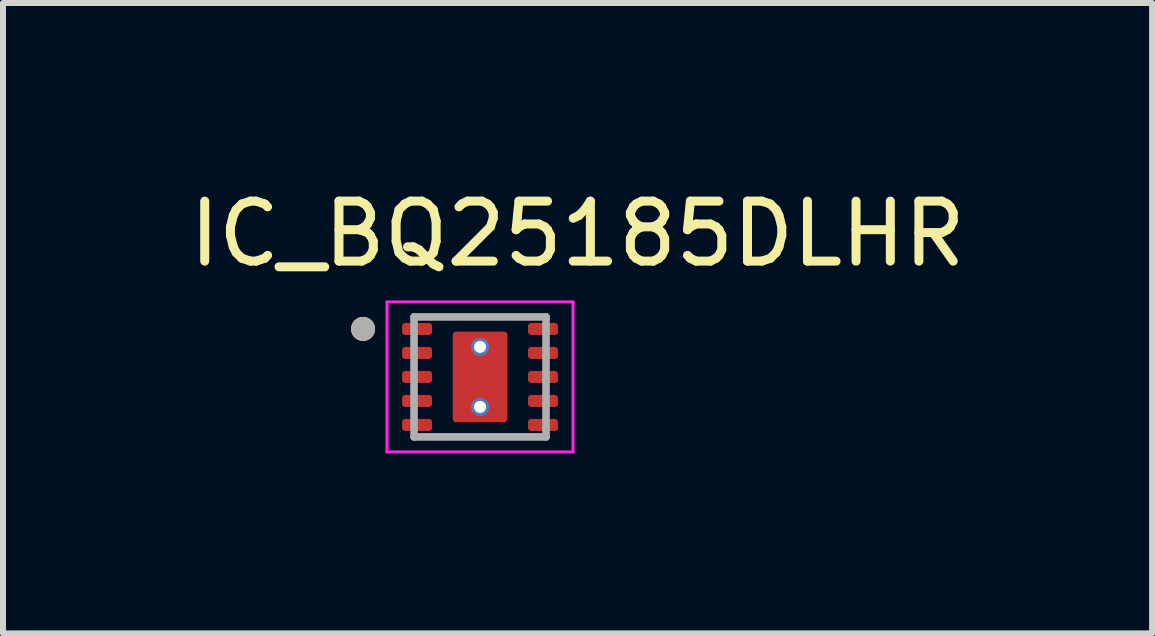
<source format=kicad_pcb>
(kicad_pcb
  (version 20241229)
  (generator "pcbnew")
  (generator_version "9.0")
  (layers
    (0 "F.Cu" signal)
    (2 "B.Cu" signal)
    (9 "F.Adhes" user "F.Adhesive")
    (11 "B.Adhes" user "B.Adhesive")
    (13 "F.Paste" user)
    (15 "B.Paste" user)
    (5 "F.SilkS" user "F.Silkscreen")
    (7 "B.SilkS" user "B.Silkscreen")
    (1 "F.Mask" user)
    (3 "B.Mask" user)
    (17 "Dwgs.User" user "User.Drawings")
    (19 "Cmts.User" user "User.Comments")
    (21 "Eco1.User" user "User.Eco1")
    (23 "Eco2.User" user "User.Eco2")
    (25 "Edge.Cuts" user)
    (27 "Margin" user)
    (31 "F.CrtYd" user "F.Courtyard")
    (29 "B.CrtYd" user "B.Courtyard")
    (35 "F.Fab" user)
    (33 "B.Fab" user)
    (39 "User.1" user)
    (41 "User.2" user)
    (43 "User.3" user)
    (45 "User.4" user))
  (footprint "IC_BQ25185DLHR"
    (layer "F.Cu")
    (at 4.952 3.233)
    (property "Reference" "IC_BQ25185DLHR" (at 1.625 -2.385 0) (layer "F.SilkS") (effects (font (size 1 1) (thickness 0.15))))
    (attr smd)
    (fp_poly (pts (xy -1.35 -0.7) (xy -1.35 -0.9) (xy -1.35 -0.903) (xy -1.35 -0.905) (xy -1.349 -0.908) (xy -1.349 -0.91) (xy -1.348 -0.913) (xy -1.348 -0.915) (xy -1.347 -0.918) (xy -1.346 -0.92) (xy -1.345 -0.923) (xy -1.343 -0.925) (xy -1.342 -0.927) (xy -1.34 -0.929) (xy -1.339 -0.931) (xy -1.337 -0.933) (xy -1.335 -0.935) (xy -1.333 -0.937) (xy -1.331 -0.939) (xy -1.329 -0.94) (xy -1.327 -0.942) (xy -1.325 -0.943) (xy -1.323 -0.945) (xy -1.32 -0.946) (xy -1.318 -0.947) (xy -1.315 -0.948) (xy -1.313 -0.948) (xy -1.31 -0.949) (xy -1.308 -0.949) (xy -1.305 -0.95) (xy -1.303 -0.95) (xy -1.3 -0.95) (xy -0.8 -0.95) (xy -0.797 -0.95) (xy -0.795 -0.95) (xy -0.792 -0.949) (xy -0.79 -0.949) (xy -0.787 -0.948) (xy -0.785 -0.948) (xy -0.782 -0.947) (xy -0.78 -0.946) (xy -0.777 -0.945) (xy -0.775 -0.943) (xy -0.773 -0.942) (xy -0.771 -0.94) (xy -0.769 -0.939) (xy -0.767 -0.937) (xy -0.765 -0.935) (xy -0.763 -0.933) (xy -0.761 -0.931) (xy -0.76 -0.929) (xy -0.758 -0.927) (xy -0.757 -0.925) (xy -0.755 -0.923) (xy -0.754 -0.92) (xy -0.753 -0.918) (xy -0.752 -0.915) (xy -0.752 -0.913) (xy -0.751 -0.91) (xy -0.751 -0.908) (xy -0.75 -0.905) (xy -0.75 -0.903) (xy -0.75 -0.9) (xy -0.75 -0.7) (xy -0.75 -0.697) (xy -0.75 -0.695) (xy -0.751 -0.692) (xy -0.751 -0.69) (xy -0.752 -0.687) (xy -0.752 -0.685) (xy -0.753 -0.682) (xy -0.754 -0.68) (xy -0.755 -0.677) (xy -0.757 -0.675) (xy -0.758 -0.673) (xy -0.76 -0.671) (xy -0.761 -0.669) (xy -0.763 -0.667) (xy -0.765 -0.665) (xy -0.767 -0.663) (xy -0.769 -0.661) (xy -0.771 -0.66) (xy -0.773 -0.658) (xy -0.775 -0.657) (xy -0.777 -0.655) (xy -0.78 -0.654) (xy -0.782 -0.653) (xy -0.785 -0.652) (xy -0.787 -0.652) (xy -0.79 -0.651) (xy -0.792 -0.651) (xy -0.795 -0.65) (xy -0.797 -0.65) (xy -0.8 -0.65) (xy -1.3 -0.65) (xy -1.303 -0.65) (xy -1.305 -0.65) (xy -1.308 -0.651) (xy -1.31 -0.651) (xy -1.313 -0.652) (xy -1.315 -0.652) (xy -1.318 -0.653) (xy -1.32 -0.654) (xy -1.323 -0.655) (xy -1.325 -0.657) (xy -1.327 -0.658) (xy -1.329 -0.66) (xy -1.331 -0.661) (xy -1.333 -0.663) (xy -1.335 -0.665) (xy -1.337 -0.667) (xy -1.339 -0.669) (xy -1.34 -0.671) (xy -1.342 -0.673) (xy -1.343 -0.675) (xy -1.345 -0.677) (xy -1.346 -0.68) (xy -1.347 -0.682) (xy -1.348 -0.685) (xy -1.348 -0.687) (xy -1.349 -0.69) (xy -1.349 -0.692) (xy -1.35 -0.695) (xy -1.35 -0.697) (xy -1.35 -0.7)) (stroke (width 0.01) (type solid)) (fill yes) (layer "F.Mask"))
    (fp_poly (pts (xy -1.35 -0.3) (xy -1.35 -0.5) (xy -1.35 -0.503) (xy -1.35 -0.505) (xy -1.349 -0.508) (xy -1.349 -0.51) (xy -1.348 -0.513) (xy -1.348 -0.515) (xy -1.347 -0.518) (xy -1.346 -0.52) (xy -1.345 -0.523) (xy -1.343 -0.525) (xy -1.342 -0.527) (xy -1.34 -0.529) (xy -1.339 -0.531) (xy -1.337 -0.533) (xy -1.335 -0.535) (xy -1.333 -0.537) (xy -1.331 -0.539) (xy -1.329 -0.54) (xy -1.327 -0.542) (xy -1.325 -0.543) (xy -1.323 -0.545) (xy -1.32 -0.546) (xy -1.318 -0.547) (xy -1.315 -0.548) (xy -1.313 -0.548) (xy -1.31 -0.549) (xy -1.308 -0.549) (xy -1.305 -0.55) (xy -1.303 -0.55) (xy -1.3 -0.55) (xy -0.8 -0.55) (xy -0.797 -0.55) (xy -0.795 -0.55) (xy -0.792 -0.549) (xy -0.79 -0.549) (xy -0.787 -0.548) (xy -0.785 -0.548) (xy -0.782 -0.547) (xy -0.78 -0.546) (xy -0.777 -0.545) (xy -0.775 -0.543) (xy -0.773 -0.542) (xy -0.771 -0.54) (xy -0.769 -0.539) (xy -0.767 -0.537) (xy -0.765 -0.535) (xy -0.763 -0.533) (xy -0.761 -0.531) (xy -0.76 -0.529) (xy -0.758 -0.527) (xy -0.757 -0.525) (xy -0.755 -0.523) (xy -0.754 -0.52) (xy -0.753 -0.518) (xy -0.752 -0.515) (xy -0.752 -0.513) (xy -0.751 -0.51) (xy -0.751 -0.508) (xy -0.75 -0.505) (xy -0.75 -0.503) (xy -0.75 -0.5) (xy -0.75 -0.3) (xy -0.75 -0.297) (xy -0.75 -0.295) (xy -0.751 -0.292) (xy -0.751 -0.29) (xy -0.752 -0.287) (xy -0.752 -0.285) (xy -0.753 -0.282) (xy -0.754 -0.28) (xy -0.755 -0.277) (xy -0.757 -0.275) (xy -0.758 -0.273) (xy -0.76 -0.271) (xy -0.761 -0.269) (xy -0.763 -0.267) (xy -0.765 -0.265) (xy -0.767 -0.263) (xy -0.769 -0.261) (xy -0.771 -0.26) (xy -0.773 -0.258) (xy -0.775 -0.257) (xy -0.777 -0.255) (xy -0.78 -0.254) (xy -0.782 -0.253) (xy -0.785 -0.252) (xy -0.787 -0.252) (xy -0.79 -0.251) (xy -0.792 -0.251) (xy -0.795 -0.25) (xy -0.797 -0.25) (xy -0.8 -0.25) (xy -1.3 -0.25) (xy -1.303 -0.25) (xy -1.305 -0.25) (xy -1.308 -0.251) (xy -1.31 -0.251) (xy -1.313 -0.252) (xy -1.315 -0.252) (xy -1.318 -0.253) (xy -1.32 -0.254) (xy -1.323 -0.255) (xy -1.325 -0.257) (xy -1.327 -0.258) (xy -1.329 -0.26) (xy -1.331 -0.261) (xy -1.333 -0.263) (xy -1.335 -0.265) (xy -1.337 -0.267) (xy -1.339 -0.269) (xy -1.34 -0.271) (xy -1.342 -0.273) (xy -1.343 -0.275) (xy -1.345 -0.277) (xy -1.346 -0.28) (xy -1.347 -0.282) (xy -1.348 -0.285) (xy -1.348 -0.287) (xy -1.349 -0.29) (xy -1.349 -0.292) (xy -1.35 -0.295) (xy -1.35 -0.297) (xy -1.35 -0.3)) (stroke (width 0.01) (type solid)) (fill yes) (layer "F.Mask"))
    (fp_poly (pts (xy -1.35 0.1) (xy -1.35 -0.1) (xy -1.35 -0.103) (xy -1.35 -0.105) (xy -1.349 -0.108) (xy -1.349 -0.11) (xy -1.348 -0.113) (xy -1.348 -0.115) (xy -1.347 -0.118) (xy -1.346 -0.12) (xy -1.345 -0.123) (xy -1.343 -0.125) (xy -1.342 -0.127) (xy -1.34 -0.129) (xy -1.339 -0.131) (xy -1.337 -0.133) (xy -1.335 -0.135) (xy -1.333 -0.137) (xy -1.331 -0.139) (xy -1.329 -0.14) (xy -1.327 -0.142) (xy -1.325 -0.143) (xy -1.323 -0.145) (xy -1.32 -0.146) (xy -1.318 -0.147) (xy -1.315 -0.148) (xy -1.313 -0.148) (xy -1.31 -0.149) (xy -1.308 -0.149) (xy -1.305 -0.15) (xy -1.303 -0.15) (xy -1.3 -0.15) (xy -0.8 -0.15) (xy -0.797 -0.15) (xy -0.795 -0.15) (xy -0.792 -0.149) (xy -0.79 -0.149) (xy -0.787 -0.148) (xy -0.785 -0.148) (xy -0.782 -0.147) (xy -0.78 -0.146) (xy -0.777 -0.145) (xy -0.775 -0.143) (xy -0.773 -0.142) (xy -0.771 -0.14) (xy -0.769 -0.139) (xy -0.767 -0.137) (xy -0.765 -0.135) (xy -0.763 -0.133) (xy -0.761 -0.131) (xy -0.76 -0.129) (xy -0.758 -0.127) (xy -0.757 -0.125) (xy -0.755 -0.123) (xy -0.754 -0.12) (xy -0.753 -0.118) (xy -0.752 -0.115) (xy -0.752 -0.113) (xy -0.751 -0.11) (xy -0.751 -0.108) (xy -0.75 -0.105) (xy -0.75 -0.103) (xy -0.75 -0.1) (xy -0.75 0.1) (xy -0.75 0.103) (xy -0.75 0.105) (xy -0.751 0.108) (xy -0.751 0.11) (xy -0.752 0.113) (xy -0.752 0.115) (xy -0.753 0.118) (xy -0.754 0.12) (xy -0.755 0.123) (xy -0.757 0.125) (xy -0.758 0.127) (xy -0.76 0.129) (xy -0.761 0.131) (xy -0.763 0.133) (xy -0.765 0.135) (xy -0.767 0.137) (xy -0.769 0.139) (xy -0.771 0.14) (xy -0.773 0.142) (xy -0.775 0.143) (xy -0.777 0.145) (xy -0.78 0.146) (xy -0.782 0.147) (xy -0.785 0.148) (xy -0.787 0.148) (xy -0.79 0.149) (xy -0.792 0.149) (xy -0.795 0.15) (xy -0.797 0.15) (xy -0.8 0.15) (xy -1.3 0.15) (xy -1.303 0.15) (xy -1.305 0.15) (xy -1.308 0.149) (xy -1.31 0.149) (xy -1.313 0.148) (xy -1.315 0.148) (xy -1.318 0.147) (xy -1.32 0.146) (xy -1.323 0.145) (xy -1.325 0.143) (xy -1.327 0.142) (xy -1.329 0.14) (xy -1.331 0.139) (xy -1.333 0.137) (xy -1.335 0.135) (xy -1.337 0.133) (xy -1.339 0.131) (xy -1.34 0.129) (xy -1.342 0.127) (xy -1.343 0.125) (xy -1.345 0.123) (xy -1.346 0.12) (xy -1.347 0.118) (xy -1.348 0.115) (xy -1.348 0.113) (xy -1.349 0.11) (xy -1.349 0.108) (xy -1.35 0.105) (xy -1.35 0.103) (xy -1.35 0.1)) (stroke (width 0.01) (type solid)) (fill yes) (layer "F.Mask"))
    (fp_poly (pts (xy -1.35 0.5) (xy -1.35 0.3) (xy -1.35 0.297) (xy -1.35 0.295) (xy -1.349 0.292) (xy -1.349 0.29) (xy -1.348 0.287) (xy -1.348 0.285) (xy -1.347 0.282) (xy -1.346 0.28) (xy -1.345 0.277) (xy -1.343 0.275) (xy -1.342 0.273) (xy -1.34 0.271) (xy -1.339 0.269) (xy -1.337 0.267) (xy -1.335 0.265) (xy -1.333 0.263) (xy -1.331 0.261) (xy -1.329 0.26) (xy -1.327 0.258) (xy -1.325 0.257) (xy -1.323 0.255) (xy -1.32 0.254) (xy -1.318 0.253) (xy -1.315 0.252) (xy -1.313 0.252) (xy -1.31 0.251) (xy -1.308 0.251) (xy -1.305 0.25) (xy -1.303 0.25) (xy -1.3 0.25) (xy -0.8 0.25) (xy -0.797 0.25) (xy -0.795 0.25) (xy -0.792 0.251) (xy -0.79 0.251) (xy -0.787 0.252) (xy -0.785 0.252) (xy -0.782 0.253) (xy -0.78 0.254) (xy -0.777 0.255) (xy -0.775 0.257) (xy -0.773 0.258) (xy -0.771 0.26) (xy -0.769 0.261) (xy -0.767 0.263) (xy -0.765 0.265) (xy -0.763 0.267) (xy -0.761 0.269) (xy -0.76 0.271) (xy -0.758 0.273) (xy -0.757 0.275) (xy -0.755 0.277) (xy -0.754 0.28) (xy -0.753 0.282) (xy -0.752 0.285) (xy -0.752 0.287) (xy -0.751 0.29) (xy -0.751 0.292) (xy -0.75 0.295) (xy -0.75 0.297) (xy -0.75 0.3) (xy -0.75 0.5) (xy -0.75 0.503) (xy -0.75 0.505) (xy -0.751 0.508) (xy -0.751 0.51) (xy -0.752 0.513) (xy -0.752 0.515) (xy -0.753 0.518) (xy -0.754 0.52) (xy -0.755 0.523) (xy -0.757 0.525) (xy -0.758 0.527) (xy -0.76 0.529) (xy -0.761 0.531) (xy -0.763 0.533) (xy -0.765 0.535) (xy -0.767 0.537) (xy -0.769 0.539) (xy -0.771 0.54) (xy -0.773 0.542) (xy -0.775 0.543) (xy -0.777 0.545) (xy -0.78 0.546) (xy -0.782 0.547) (xy -0.785 0.548) (xy -0.787 0.548) (xy -0.79 0.549) (xy -0.792 0.549) (xy -0.795 0.55) (xy -0.797 0.55) (xy -0.8 0.55) (xy -1.3 0.55) (xy -1.303 0.55) (xy -1.305 0.55) (xy -1.308 0.549) (xy -1.31 0.549) (xy -1.313 0.548) (xy -1.315 0.548) (xy -1.318 0.547) (xy -1.32 0.546) (xy -1.323 0.545) (xy -1.325 0.543) (xy -1.327 0.542) (xy -1.329 0.54) (xy -1.331 0.539) (xy -1.333 0.537) (xy -1.335 0.535) (xy -1.337 0.533) (xy -1.339 0.531) (xy -1.34 0.529) (xy -1.342 0.527) (xy -1.343 0.525) (xy -1.345 0.523) (xy -1.346 0.52) (xy -1.347 0.518) (xy -1.348 0.515) (xy -1.348 0.513) (xy -1.349 0.51) (xy -1.349 0.508) (xy -1.35 0.505) (xy -1.35 0.503) (xy -1.35 0.5)) (stroke (width 0.01) (type solid)) (fill yes) (layer "F.Mask"))
    (fp_poly (pts (xy -1.35 0.9) (xy -1.35 0.7) (xy -1.35 0.697) (xy -1.35 0.695) (xy -1.349 0.692) (xy -1.349 0.69) (xy -1.348 0.687) (xy -1.348 0.685) (xy -1.347 0.682) (xy -1.346 0.68) (xy -1.345 0.677) (xy -1.343 0.675) (xy -1.342 0.673) (xy -1.34 0.671) (xy -1.339 0.669) (xy -1.337 0.667) (xy -1.335 0.665) (xy -1.333 0.663) (xy -1.331 0.661) (xy -1.329 0.66) (xy -1.327 0.658) (xy -1.325 0.657) (xy -1.323 0.655) (xy -1.32 0.654) (xy -1.318 0.653) (xy -1.315 0.652) (xy -1.313 0.652) (xy -1.31 0.651) (xy -1.308 0.651) (xy -1.305 0.65) (xy -1.303 0.65) (xy -1.3 0.65) (xy -0.8 0.65) (xy -0.797 0.65) (xy -0.795 0.65) (xy -0.792 0.651) (xy -0.79 0.651) (xy -0.787 0.652) (xy -0.785 0.652) (xy -0.782 0.653) (xy -0.78 0.654) (xy -0.777 0.655) (xy -0.775 0.657) (xy -0.773 0.658) (xy -0.771 0.66) (xy -0.769 0.661) (xy -0.767 0.663) (xy -0.765 0.665) (xy -0.763 0.667) (xy -0.761 0.669) (xy -0.76 0.671) (xy -0.758 0.673) (xy -0.757 0.675) (xy -0.755 0.677) (xy -0.754 0.68) (xy -0.753 0.682) (xy -0.752 0.685) (xy -0.752 0.687) (xy -0.751 0.69) (xy -0.751 0.692) (xy -0.75 0.695) (xy -0.75 0.697) (xy -0.75 0.7) (xy -0.75 0.9) (xy -0.75 0.903) (xy -0.75 0.905) (xy -0.751 0.908) (xy -0.751 0.91) (xy -0.752 0.913) (xy -0.752 0.915) (xy -0.753 0.918) (xy -0.754 0.92) (xy -0.755 0.923) (xy -0.757 0.925) (xy -0.758 0.927) (xy -0.76 0.929) (xy -0.761 0.931) (xy -0.763 0.933) (xy -0.765 0.935) (xy -0.767 0.937) (xy -0.769 0.939) (xy -0.771 0.94) (xy -0.773 0.942) (xy -0.775 0.943) (xy -0.777 0.945) (xy -0.78 0.946) (xy -0.782 0.947) (xy -0.785 0.948) (xy -0.787 0.948) (xy -0.79 0.949) (xy -0.792 0.949) (xy -0.795 0.95) (xy -0.797 0.95) (xy -0.8 0.95) (xy -1.3 0.95) (xy -1.303 0.95) (xy -1.305 0.95) (xy -1.308 0.949) (xy -1.31 0.949) (xy -1.313 0.948) (xy -1.315 0.948) (xy -1.318 0.947) (xy -1.32 0.946) (xy -1.323 0.945) (xy -1.325 0.943) (xy -1.327 0.942) (xy -1.329 0.94) (xy -1.331 0.939) (xy -1.333 0.937) (xy -1.335 0.935) (xy -1.337 0.933) (xy -1.339 0.931) (xy -1.34 0.929) (xy -1.342 0.927) (xy -1.343 0.925) (xy -1.345 0.923) (xy -1.346 0.92) (xy -1.347 0.918) (xy -1.348 0.915) (xy -1.348 0.913) (xy -1.349 0.91) (xy -1.349 0.908) (xy -1.35 0.905) (xy -1.35 0.903) (xy -1.35 0.9)) (stroke (width 0.01) (type solid)) (fill yes) (layer "F.Mask"))
    (fp_poly (pts (xy -0.5 0.7) (xy -0.5 -0.7) (xy -0.5 -0.705) (xy -0.499 -0.71) (xy -0.499 -0.716) (xy -0.498 -0.721) (xy -0.497 -0.726) (xy -0.495 -0.731) (xy -0.493 -0.736) (xy -0.491 -0.741) (xy -0.489 -0.745) (xy -0.487 -0.75) (xy -0.484 -0.754) (xy -0.481 -0.759) (xy -0.478 -0.763) (xy -0.474 -0.767) (xy -0.471 -0.771) (xy -0.467 -0.774) (xy -0.463 -0.778) (xy -0.459 -0.781) (xy -0.454 -0.784) (xy -0.45 -0.787) (xy -0.445 -0.789) (xy -0.441 -0.791) (xy -0.436 -0.793) (xy -0.431 -0.795) (xy -0.426 -0.797) (xy -0.421 -0.798) (xy -0.416 -0.799) (xy -0.41 -0.799) (xy -0.405 -0.8) (xy -0.4 -0.8) (xy 0.4 -0.8) (xy 0.405 -0.8) (xy 0.41 -0.799) (xy 0.416 -0.799) (xy 0.421 -0.798) (xy 0.426 -0.797) (xy 0.431 -0.795) (xy 0.436 -0.793) (xy 0.441 -0.791) (xy 0.445 -0.789) (xy 0.45 -0.787) (xy 0.454 -0.784) (xy 0.459 -0.781) (xy 0.463 -0.778) (xy 0.467 -0.774) (xy 0.471 -0.771) (xy 0.474 -0.767) (xy 0.478 -0.763) (xy 0.481 -0.759) (xy 0.484 -0.754) (xy 0.487 -0.75) (xy 0.489 -0.745) (xy 0.491 -0.741) (xy 0.493 -0.736) (xy 0.495 -0.731) (xy 0.497 -0.726) (xy 0.498 -0.721) (xy 0.499 -0.716) (xy 0.499 -0.71) (xy 0.5 -0.705) (xy 0.5 -0.7) (xy 0.5 0.7) (xy 0.5 0.705) (xy 0.499 0.71) (xy 0.499 0.716) (xy 0.498 0.721) (xy 0.497 0.726) (xy 0.495 0.731) (xy 0.493 0.736) (xy 0.491 0.741) (xy 0.489 0.745) (xy 0.487 0.75) (xy 0.484 0.754) (xy 0.481 0.759) (xy 0.478 0.763) (xy 0.474 0.767) (xy 0.471 0.771) (xy 0.467 0.774) (xy 0.463 0.778) (xy 0.459 0.781) (xy 0.454 0.784) (xy 0.45 0.787) (xy 0.445 0.789) (xy 0.441 0.791) (xy 0.436 0.793) (xy 0.431 0.795) (xy 0.426 0.797) (xy 0.421 0.798) (xy 0.416 0.799) (xy 0.41 0.799) (xy 0.405 0.8) (xy 0.4 0.8) (xy -0.4 0.8) (xy -0.405 0.8) (xy -0.41 0.799) (xy -0.416 0.799) (xy -0.421 0.798) (xy -0.426 0.797) (xy -0.431 0.795) (xy -0.436 0.793) (xy -0.441 0.791) (xy -0.445 0.789) (xy -0.45 0.787) (xy -0.454 0.784) (xy -0.459 0.781) (xy -0.463 0.778) (xy -0.467 0.774) (xy -0.471 0.771) (xy -0.474 0.767) (xy -0.478 0.763) (xy -0.481 0.759) (xy -0.484 0.754) (xy -0.487 0.75) (xy -0.489 0.745) (xy -0.491 0.741) (xy -0.493 0.736) (xy -0.495 0.731) (xy -0.497 0.726) (xy -0.498 0.721) (xy -0.499 0.716) (xy -0.499 0.71) (xy -0.5 0.705) (xy -0.5 0.7)) (stroke (width 0.01) (type solid)) (fill yes) (layer "F.Mask"))
    (fp_poly (pts (xy 0.75 -0.7) (xy 0.75 -0.9) (xy 0.75 -0.903) (xy 0.75 -0.905) (xy 0.751 -0.908) (xy 0.751 -0.91) (xy 0.752 -0.913) (xy 0.752 -0.915) (xy 0.753 -0.918) (xy 0.754 -0.92) (xy 0.755 -0.923) (xy 0.757 -0.925) (xy 0.758 -0.927) (xy 0.76 -0.929) (xy 0.761 -0.931) (xy 0.763 -0.933) (xy 0.765 -0.935) (xy 0.767 -0.937) (xy 0.769 -0.939) (xy 0.771 -0.94) (xy 0.773 -0.942) (xy 0.775 -0.943) (xy 0.777 -0.945) (xy 0.78 -0.946) (xy 0.782 -0.947) (xy 0.785 -0.948) (xy 0.787 -0.948) (xy 0.79 -0.949) (xy 0.792 -0.949) (xy 0.795 -0.95) (xy 0.797 -0.95) (xy 0.8 -0.95) (xy 1.3 -0.95) (xy 1.303 -0.95) (xy 1.305 -0.95) (xy 1.308 -0.949) (xy 1.31 -0.949) (xy 1.313 -0.948) (xy 1.315 -0.948) (xy 1.318 -0.947) (xy 1.32 -0.946) (xy 1.323 -0.945) (xy 1.325 -0.943) (xy 1.327 -0.942) (xy 1.329 -0.94) (xy 1.331 -0.939) (xy 1.333 -0.937) (xy 1.335 -0.935) (xy 1.337 -0.933) (xy 1.339 -0.931) (xy 1.34 -0.929) (xy 1.342 -0.927) (xy 1.343 -0.925) (xy 1.345 -0.923) (xy 1.346 -0.92) (xy 1.347 -0.918) (xy 1.348 -0.915) (xy 1.348 -0.913) (xy 1.349 -0.91) (xy 1.349 -0.908) (xy 1.35 -0.905) (xy 1.35 -0.903) (xy 1.35 -0.9) (xy 1.35 -0.7) (xy 1.35 -0.697) (xy 1.35 -0.695) (xy 1.349 -0.692) (xy 1.349 -0.69) (xy 1.348 -0.687) (xy 1.348 -0.685) (xy 1.347 -0.682) (xy 1.346 -0.68) (xy 1.345 -0.677) (xy 1.343 -0.675) (xy 1.342 -0.673) (xy 1.34 -0.671) (xy 1.339 -0.669) (xy 1.337 -0.667) (xy 1.335 -0.665) (xy 1.333 -0.663) (xy 1.331 -0.661) (xy 1.329 -0.66) (xy 1.327 -0.658) (xy 1.325 -0.657) (xy 1.323 -0.655) (xy 1.32 -0.654) (xy 1.318 -0.653) (xy 1.315 -0.652) (xy 1.313 -0.652) (xy 1.31 -0.651) (xy 1.308 -0.651) (xy 1.305 -0.65) (xy 1.303 -0.65) (xy 1.3 -0.65) (xy 0.8 -0.65) (xy 0.797 -0.65) (xy 0.795 -0.65) (xy 0.792 -0.651) (xy 0.79 -0.651) (xy 0.787 -0.652) (xy 0.785 -0.652) (xy 0.782 -0.653) (xy 0.78 -0.654) (xy 0.777 -0.655) (xy 0.775 -0.657) (xy 0.773 -0.658) (xy 0.771 -0.66) (xy 0.769 -0.661) (xy 0.767 -0.663) (xy 0.765 -0.665) (xy 0.763 -0.667) (xy 0.761 -0.669) (xy 0.76 -0.671) (xy 0.758 -0.673) (xy 0.757 -0.675) (xy 0.755 -0.677) (xy 0.754 -0.68) (xy 0.753 -0.682) (xy 0.752 -0.685) (xy 0.752 -0.687) (xy 0.751 -0.69) (xy 0.751 -0.692) (xy 0.75 -0.695) (xy 0.75 -0.697) (xy 0.75 -0.7)) (stroke (width 0.01) (type solid)) (fill yes) (layer "F.Mask"))
    (fp_poly (pts (xy 0.75 -0.3) (xy 0.75 -0.5) (xy 0.75 -0.503) (xy 0.75 -0.505) (xy 0.751 -0.508) (xy 0.751 -0.51) (xy 0.752 -0.513) (xy 0.752 -0.515) (xy 0.753 -0.518) (xy 0.754 -0.52) (xy 0.755 -0.523) (xy 0.757 -0.525) (xy 0.758 -0.527) (xy 0.76 -0.529) (xy 0.761 -0.531) (xy 0.763 -0.533) (xy 0.765 -0.535) (xy 0.767 -0.537) (xy 0.769 -0.539) (xy 0.771 -0.54) (xy 0.773 -0.542) (xy 0.775 -0.543) (xy 0.777 -0.545) (xy 0.78 -0.546) (xy 0.782 -0.547) (xy 0.785 -0.548) (xy 0.787 -0.548) (xy 0.79 -0.549) (xy 0.792 -0.549) (xy 0.795 -0.55) (xy 0.797 -0.55) (xy 0.8 -0.55) (xy 1.3 -0.55) (xy 1.303 -0.55) (xy 1.305 -0.55) (xy 1.308 -0.549) (xy 1.31 -0.549) (xy 1.313 -0.548) (xy 1.315 -0.548) (xy 1.318 -0.547) (xy 1.32 -0.546) (xy 1.323 -0.545) (xy 1.325 -0.543) (xy 1.327 -0.542) (xy 1.329 -0.54) (xy 1.331 -0.539) (xy 1.333 -0.537) (xy 1.335 -0.535) (xy 1.337 -0.533) (xy 1.339 -0.531) (xy 1.34 -0.529) (xy 1.342 -0.527) (xy 1.343 -0.525) (xy 1.345 -0.523) (xy 1.346 -0.52) (xy 1.347 -0.518) (xy 1.348 -0.515) (xy 1.348 -0.513) (xy 1.349 -0.51) (xy 1.349 -0.508) (xy 1.35 -0.505) (xy 1.35 -0.503) (xy 1.35 -0.5) (xy 1.35 -0.3) (xy 1.35 -0.297) (xy 1.35 -0.295) (xy 1.349 -0.292) (xy 1.349 -0.29) (xy 1.348 -0.287) (xy 1.348 -0.285) (xy 1.347 -0.282) (xy 1.346 -0.28) (xy 1.345 -0.277) (xy 1.343 -0.275) (xy 1.342 -0.273) (xy 1.34 -0.271) (xy 1.339 -0.269) (xy 1.337 -0.267) (xy 1.335 -0.265) (xy 1.333 -0.263) (xy 1.331 -0.261) (xy 1.329 -0.26) (xy 1.327 -0.258) (xy 1.325 -0.257) (xy 1.323 -0.255) (xy 1.32 -0.254) (xy 1.318 -0.253) (xy 1.315 -0.252) (xy 1.313 -0.252) (xy 1.31 -0.251) (xy 1.308 -0.251) (xy 1.305 -0.25) (xy 1.303 -0.25) (xy 1.3 -0.25) (xy 0.8 -0.25) (xy 0.797 -0.25) (xy 0.795 -0.25) (xy 0.792 -0.251) (xy 0.79 -0.251) (xy 0.787 -0.252) (xy 0.785 -0.252) (xy 0.782 -0.253) (xy 0.78 -0.254) (xy 0.777 -0.255) (xy 0.775 -0.257) (xy 0.773 -0.258) (xy 0.771 -0.26) (xy 0.769 -0.261) (xy 0.767 -0.263) (xy 0.765 -0.265) (xy 0.763 -0.267) (xy 0.761 -0.269) (xy 0.76 -0.271) (xy 0.758 -0.273) (xy 0.757 -0.275) (xy 0.755 -0.277) (xy 0.754 -0.28) (xy 0.753 -0.282) (xy 0.752 -0.285) (xy 0.752 -0.287) (xy 0.751 -0.29) (xy 0.751 -0.292) (xy 0.75 -0.295) (xy 0.75 -0.297) (xy 0.75 -0.3)) (stroke (width 0.01) (type solid)) (fill yes) (layer "F.Mask"))
    (fp_poly (pts (xy 0.75 0.1) (xy 0.75 -0.1) (xy 0.75 -0.103) (xy 0.75 -0.105) (xy 0.751 -0.108) (xy 0.751 -0.11) (xy 0.752 -0.113) (xy 0.752 -0.115) (xy 0.753 -0.118) (xy 0.754 -0.12) (xy 0.755 -0.123) (xy 0.757 -0.125) (xy 0.758 -0.127) (xy 0.76 -0.129) (xy 0.761 -0.131) (xy 0.763 -0.133) (xy 0.765 -0.135) (xy 0.767 -0.137) (xy 0.769 -0.139) (xy 0.771 -0.14) (xy 0.773 -0.142) (xy 0.775 -0.143) (xy 0.777 -0.145) (xy 0.78 -0.146) (xy 0.782 -0.147) (xy 0.785 -0.148) (xy 0.787 -0.148) (xy 0.79 -0.149) (xy 0.792 -0.149) (xy 0.795 -0.15) (xy 0.797 -0.15) (xy 0.8 -0.15) (xy 1.3 -0.15) (xy 1.303 -0.15) (xy 1.305 -0.15) (xy 1.308 -0.149) (xy 1.31 -0.149) (xy 1.313 -0.148) (xy 1.315 -0.148) (xy 1.318 -0.147) (xy 1.32 -0.146) (xy 1.323 -0.145) (xy 1.325 -0.143) (xy 1.327 -0.142) (xy 1.329 -0.14) (xy 1.331 -0.139) (xy 1.333 -0.137) (xy 1.335 -0.135) (xy 1.337 -0.133) (xy 1.339 -0.131) (xy 1.34 -0.129) (xy 1.342 -0.127) (xy 1.343 -0.125) (xy 1.345 -0.123) (xy 1.346 -0.12) (xy 1.347 -0.118) (xy 1.348 -0.115) (xy 1.348 -0.113) (xy 1.349 -0.11) (xy 1.349 -0.108) (xy 1.35 -0.105) (xy 1.35 -0.103) (xy 1.35 -0.1) (xy 1.35 0.1) (xy 1.35 0.103) (xy 1.35 0.105) (xy 1.349 0.108) (xy 1.349 0.11) (xy 1.348 0.113) (xy 1.348 0.115) (xy 1.347 0.118) (xy 1.346 0.12) (xy 1.345 0.123) (xy 1.343 0.125) (xy 1.342 0.127) (xy 1.34 0.129) (xy 1.339 0.131) (xy 1.337 0.133) (xy 1.335 0.135) (xy 1.333 0.137) (xy 1.331 0.139) (xy 1.329 0.14) (xy 1.327 0.142) (xy 1.325 0.143) (xy 1.323 0.145) (xy 1.32 0.146) (xy 1.318 0.147) (xy 1.315 0.148) (xy 1.313 0.148) (xy 1.31 0.149) (xy 1.308 0.149) (xy 1.305 0.15) (xy 1.303 0.15) (xy 1.3 0.15) (xy 0.8 0.15) (xy 0.797 0.15) (xy 0.795 0.15) (xy 0.792 0.149) (xy 0.79 0.149) (xy 0.787 0.148) (xy 0.785 0.148) (xy 0.782 0.147) (xy 0.78 0.146) (xy 0.777 0.145) (xy 0.775 0.143) (xy 0.773 0.142) (xy 0.771 0.14) (xy 0.769 0.139) (xy 0.767 0.137) (xy 0.765 0.135) (xy 0.763 0.133) (xy 0.761 0.131) (xy 0.76 0.129) (xy 0.758 0.127) (xy 0.757 0.125) (xy 0.755 0.123) (xy 0.754 0.12) (xy 0.753 0.118) (xy 0.752 0.115) (xy 0.752 0.113) (xy 0.751 0.11) (xy 0.751 0.108) (xy 0.75 0.105) (xy 0.75 0.103) (xy 0.75 0.1)) (stroke (width 0.01) (type solid)) (fill yes) (layer "F.Mask"))
    (fp_poly (pts (xy 0.75 0.5) (xy 0.75 0.3) (xy 0.75 0.297) (xy 0.75 0.295) (xy 0.751 0.292) (xy 0.751 0.29) (xy 0.752 0.287) (xy 0.752 0.285) (xy 0.753 0.282) (xy 0.754 0.28) (xy 0.755 0.277) (xy 0.757 0.275) (xy 0.758 0.273) (xy 0.76 0.271) (xy 0.761 0.269) (xy 0.763 0.267) (xy 0.765 0.265) (xy 0.767 0.263) (xy 0.769 0.261) (xy 0.771 0.26) (xy 0.773 0.258) (xy 0.775 0.257) (xy 0.777 0.255) (xy 0.78 0.254) (xy 0.782 0.253) (xy 0.785 0.252) (xy 0.787 0.252) (xy 0.79 0.251) (xy 0.792 0.251) (xy 0.795 0.25) (xy 0.797 0.25) (xy 0.8 0.25) (xy 1.3 0.25) (xy 1.303 0.25) (xy 1.305 0.25) (xy 1.308 0.251) (xy 1.31 0.251) (xy 1.313 0.252) (xy 1.315 0.252) (xy 1.318 0.253) (xy 1.32 0.254) (xy 1.323 0.255) (xy 1.325 0.257) (xy 1.327 0.258) (xy 1.329 0.26) (xy 1.331 0.261) (xy 1.333 0.263) (xy 1.335 0.265) (xy 1.337 0.267) (xy 1.339 0.269) (xy 1.34 0.271) (xy 1.342 0.273) (xy 1.343 0.275) (xy 1.345 0.277) (xy 1.346 0.28) (xy 1.347 0.282) (xy 1.348 0.285) (xy 1.348 0.287) (xy 1.349 0.29) (xy 1.349 0.292) (xy 1.35 0.295) (xy 1.35 0.297) (xy 1.35 0.3) (xy 1.35 0.5) (xy 1.35 0.503) (xy 1.35 0.505) (xy 1.349 0.508) (xy 1.349 0.51) (xy 1.348 0.513) (xy 1.348 0.515) (xy 1.347 0.518) (xy 1.346 0.52) (xy 1.345 0.523) (xy 1.343 0.525) (xy 1.342 0.527) (xy 1.34 0.529) (xy 1.339 0.531) (xy 1.337 0.533) (xy 1.335 0.535) (xy 1.333 0.537) (xy 1.331 0.539) (xy 1.329 0.54) (xy 1.327 0.542) (xy 1.325 0.543) (xy 1.323 0.545) (xy 1.32 0.546) (xy 1.318 0.547) (xy 1.315 0.548) (xy 1.313 0.548) (xy 1.31 0.549) (xy 1.308 0.549) (xy 1.305 0.55) (xy 1.303 0.55) (xy 1.3 0.55) (xy 0.8 0.55) (xy 0.797 0.55) (xy 0.795 0.55) (xy 0.792 0.549) (xy 0.79 0.549) (xy 0.787 0.548) (xy 0.785 0.548) (xy 0.782 0.547) (xy 0.78 0.546) (xy 0.777 0.545) (xy 0.775 0.543) (xy 0.773 0.542) (xy 0.771 0.54) (xy 0.769 0.539) (xy 0.767 0.537) (xy 0.765 0.535) (xy 0.763 0.533) (xy 0.761 0.531) (xy 0.76 0.529) (xy 0.758 0.527) (xy 0.757 0.525) (xy 0.755 0.523) (xy 0.754 0.52) (xy 0.753 0.518) (xy 0.752 0.515) (xy 0.752 0.513) (xy 0.751 0.51) (xy 0.751 0.508) (xy 0.75 0.505) (xy 0.75 0.503) (xy 0.75 0.5)) (stroke (width 0.01) (type solid)) (fill yes) (layer "F.Mask"))
    (fp_poly (pts (xy 0.75 0.9) (xy 0.75 0.7) (xy 0.75 0.697) (xy 0.75 0.695) (xy 0.751 0.692) (xy 0.751 0.69) (xy 0.752 0.687) (xy 0.752 0.685) (xy 0.753 0.682) (xy 0.754 0.68) (xy 0.755 0.677) (xy 0.757 0.675) (xy 0.758 0.673) (xy 0.76 0.671) (xy 0.761 0.669) (xy 0.763 0.667) (xy 0.765 0.665) (xy 0.767 0.663) (xy 0.769 0.661) (xy 0.771 0.66) (xy 0.773 0.658) (xy 0.775 0.657) (xy 0.777 0.655) (xy 0.78 0.654) (xy 0.782 0.653) (xy 0.785 0.652) (xy 0.787 0.652) (xy 0.79 0.651) (xy 0.792 0.651) (xy 0.795 0.65) (xy 0.797 0.65) (xy 0.8 0.65) (xy 1.3 0.65) (xy 1.303 0.65) (xy 1.305 0.65) (xy 1.308 0.651) (xy 1.31 0.651) (xy 1.313 0.652) (xy 1.315 0.652) (xy 1.318 0.653) (xy 1.32 0.654) (xy 1.323 0.655) (xy 1.325 0.657) (xy 1.327 0.658) (xy 1.329 0.66) (xy 1.331 0.661) (xy 1.333 0.663) (xy 1.335 0.665) (xy 1.337 0.667) (xy 1.339 0.669) (xy 1.34 0.671) (xy 1.342 0.673) (xy 1.343 0.675) (xy 1.345 0.677) (xy 1.346 0.68) (xy 1.347 0.682) (xy 1.348 0.685) (xy 1.348 0.687) (xy 1.349 0.69) (xy 1.349 0.692) (xy 1.35 0.695) (xy 1.35 0.697) (xy 1.35 0.7) (xy 1.35 0.9) (xy 1.35 0.903) (xy 1.35 0.905) (xy 1.349 0.908) (xy 1.349 0.91) (xy 1.348 0.913) (xy 1.348 0.915) (xy 1.347 0.918) (xy 1.346 0.92) (xy 1.345 0.923) (xy 1.343 0.925) (xy 1.342 0.927) (xy 1.34 0.929) (xy 1.339 0.931) (xy 1.337 0.933) (xy 1.335 0.935) (xy 1.333 0.937) (xy 1.331 0.939) (xy 1.329 0.94) (xy 1.327 0.942) (xy 1.325 0.943) (xy 1.323 0.945) (xy 1.32 0.946) (xy 1.318 0.947) (xy 1.315 0.948) (xy 1.313 0.948) (xy 1.31 0.949) (xy 1.308 0.949) (xy 1.305 0.95) (xy 1.303 0.95) (xy 1.3 0.95) (xy 0.8 0.95) (xy 0.797 0.95) (xy 0.795 0.95) (xy 0.792 0.949) (xy 0.79 0.949) (xy 0.787 0.948) (xy 0.785 0.948) (xy 0.782 0.947) (xy 0.78 0.946) (xy 0.777 0.945) (xy 0.775 0.943) (xy 0.773 0.942) (xy 0.771 0.94) (xy 0.769 0.939) (xy 0.767 0.937) (xy 0.765 0.935) (xy 0.763 0.933) (xy 0.761 0.931) (xy 0.76 0.929) (xy 0.758 0.927) (xy 0.757 0.925) (xy 0.755 0.923) (xy 0.754 0.92) (xy 0.753 0.918) (xy 0.752 0.915) (xy 0.752 0.913) (xy 0.751 0.91) (xy 0.751 0.908) (xy 0.75 0.905) (xy 0.75 0.903) (xy 0.75 0.9)) (stroke (width 0.01) (type solid)) (fill yes) (layer "F.Mask"))
    (fp_circle (center -1.95 -0.8) (end -1.85 -0.8) (stroke (width 0.2) (type solid)) (fill no) (layer "F.SilkS"))
    (fp_poly (pts (xy -0.425 0.64) (xy -0.425 -0.64) (xy -0.425 -0.643) (xy -0.425 -0.645) (xy -0.424 -0.648) (xy -0.424 -0.65) (xy -0.423 -0.653) (xy -0.423 -0.655) (xy -0.422 -0.658) (xy -0.421 -0.66) (xy -0.42 -0.663) (xy -0.418 -0.665) (xy -0.417 -0.667) (xy -0.415 -0.669) (xy -0.414 -0.671) (xy -0.412 -0.673) (xy -0.41 -0.675) (xy -0.408 -0.677) (xy -0.406 -0.679) (xy -0.404 -0.68) (xy -0.402 -0.682) (xy -0.4 -0.683) (xy -0.398 -0.685) (xy -0.395 -0.686) (xy -0.393 -0.687) (xy -0.39 -0.688) (xy -0.388 -0.688) (xy -0.385 -0.689) (xy -0.383 -0.689) (xy -0.38 -0.69) (xy -0.378 -0.69) (xy -0.375 -0.69) (xy 0.375 -0.69) (xy 0.378 -0.69) (xy 0.38 -0.69) (xy 0.383 -0.689) (xy 0.385 -0.689) (xy 0.388 -0.688) (xy 0.39 -0.688) (xy 0.393 -0.687) (xy 0.395 -0.686) (xy 0.398 -0.685) (xy 0.4 -0.683) (xy 0.402 -0.682) (xy 0.404 -0.68) (xy 0.406 -0.679) (xy 0.408 -0.677) (xy 0.41 -0.675) (xy 0.412 -0.673) (xy 0.414 -0.671) (xy 0.415 -0.669) (xy 0.417 -0.667) (xy 0.418 -0.665) (xy 0.42 -0.663) (xy 0.421 -0.66) (xy 0.422 -0.658) (xy 0.423 -0.655) (xy 0.423 -0.653) (xy 0.424 -0.65) (xy 0.424 -0.648) (xy 0.425 -0.645) (xy 0.425 -0.643) (xy 0.425 -0.64) (xy 0.425 0.64) (xy 0.425 0.643) (xy 0.425 0.645) (xy 0.424 0.648) (xy 0.424 0.65) (xy 0.423 0.653) (xy 0.423 0.655) (xy 0.422 0.658) (xy 0.421 0.66) (xy 0.42 0.663) (xy 0.418 0.665) (xy 0.417 0.667) (xy 0.415 0.669) (xy 0.414 0.671) (xy 0.412 0.673) (xy 0.41 0.675) (xy 0.408 0.677) (xy 0.406 0.679) (xy 0.404 0.68) (xy 0.402 0.682) (xy 0.4 0.683) (xy 0.398 0.685) (xy 0.395 0.686) (xy 0.393 0.687) (xy 0.39 0.688) (xy 0.388 0.688) (xy 0.385 0.689) (xy 0.383 0.689) (xy 0.38 0.69) (xy 0.378 0.69) (xy 0.375 0.69) (xy -0.375 0.69) (xy -0.378 0.69) (xy -0.38 0.69) (xy -0.383 0.689) (xy -0.385 0.689) (xy -0.388 0.688) (xy -0.39 0.688) (xy -0.393 0.687) (xy -0.395 0.686) (xy -0.398 0.685) (xy -0.4 0.683) (xy -0.402 0.682) (xy -0.404 0.68) (xy -0.406 0.679) (xy -0.408 0.677) (xy -0.41 0.675) (xy -0.412 0.673) (xy -0.414 0.671) (xy -0.415 0.669) (xy -0.417 0.667) (xy -0.418 0.665) (xy -0.42 0.663) (xy -0.421 0.66) (xy -0.422 0.658) (xy -0.423 0.655) (xy -0.423 0.653) (xy -0.424 0.65) (xy -0.424 0.648) (xy -0.425 0.645) (xy -0.425 0.643) (xy -0.425 0.64)) (stroke (width 0.01) (type solid)) (fill yes) (layer "F.Paste"))
    (fp_line (start -1.55 -1.25) (end -1.55 1.25) (stroke (width 0.05) (type solid)) (layer "F.CrtYd"))
    (fp_line (start -1.55 1.25) (end 1.55 1.25) (stroke (width 0.05) (type solid)) (layer "F.CrtYd"))
    (fp_line (start 1.55 -1.25) (end -1.55 -1.25) (stroke (width 0.05) (type solid)) (layer "F.CrtYd"))
    (fp_line (start 1.55 1.25) (end 1.55 -1.25) (stroke (width 0.05) (type solid)) (layer "F.CrtYd"))
    (fp_line (start -1.1 -1) (end 1.1 -1) (stroke (width 0.127) (type solid)) (layer "F.Fab"))
    (fp_line (start -1.1 1) (end -1.1 -1) (stroke (width 0.127) (type solid)) (layer "F.Fab"))
    (fp_line (start 1.1 -1) (end 1.1 1) (stroke (width 0.127) (type solid)) (layer "F.Fab"))
    (fp_line (start 1.1 1) (end -1.1 1) (stroke (width 0.127) (type solid)) (layer "F.Fab"))
    (fp_circle (center -1.95 -0.8) (end -1.85 -0.8) (stroke (width 0.2) (type solid)) (fill no) (layer "F.Fab"))
    (pad "1" smd roundrect (at -1.05 -0.8) (size 0.5 0.2) (layers "F.Cu" "F.Paste") (roundrect_rratio 0.26))
    (pad "2" smd roundrect (at -1.05 -0.4) (size 0.5 0.2) (layers "F.Cu" "F.Paste") (roundrect_rratio 0.26))
    (pad "3" smd roundrect (at -1.05 0) (size 0.5 0.2) (layers "F.Cu" "F.Paste") (roundrect_rratio 0.26))
    (pad "4" smd roundrect (at -1.05 0.4) (size 0.5 0.2) (layers "F.Cu" "F.Paste") (roundrect_rratio 0.26))
    (pad "5" smd roundrect (at -1.05 0.8) (size 0.5 0.2) (layers "F.Cu" "F.Paste") (roundrect_rratio 0.26))
    (pad "6" smd roundrect (at 1.05 0.8) (size 0.5 0.2) (layers "F.Cu" "F.Paste") (roundrect_rratio 0.26))
    (pad "7" smd roundrect (at 1.05 0.4) (size 0.5 0.2) (layers "F.Cu" "F.Paste") (roundrect_rratio 0.26))
    (pad "8" smd roundrect (at 1.05 0) (size 0.5 0.2) (layers "F.Cu" "F.Paste") (roundrect_rratio 0.26))
    (pad "9" smd roundrect (at 1.05 -0.4) (size 0.5 0.2) (layers "F.Cu" "F.Paste") (roundrect_rratio 0.26))
    (pad "10" smd roundrect (at 1.05 -0.8) (size 0.5 0.2) (layers "F.Cu" "F.Paste") (roundrect_rratio 0.26))
    (pad "11" smd custom (at 0 0) (size 0.5 0.5) (layers "F.Cu") (options (anchor rect)) (primitives (gr_poly (pts (xy -0.45 0.7) (xy -0.45 -0.7) (xy -0.45 -0.703) (xy -0.45 -0.705) (xy -0.449 -0.708) (xy -0.449 -0.71) (xy -0.448 -0.713) (xy -0.448 -0.715) (xy -0.447 -0.718) (xy -0.446 -0.72) (xy -0.445 -0.723) (xy -0.443 -0.725) (xy -0.442 -0.727) (xy -0.44 -0.729) (xy -0.439 -0.731) (xy -0.437 -0.733) (xy -0.435 -0.735) (xy -0.433 -0.737) (xy -0.431 -0.739) (xy -0.429 -0.74) (xy -0.427 -0.742) (xy -0.425 -0.743) (xy -0.423 -0.745) (xy -0.42 -0.746) (xy -0.418 -0.747) (xy -0.415 -0.748) (xy -0.413 -0.748) (xy -0.41 -0.749) (xy -0.408 -0.749) (xy -0.405 -0.75) (xy -0.403 -0.75) (xy -0.4 -0.75) (xy 0.4 -0.75) (xy 0.403 -0.75) (xy 0.405 -0.75) (xy 0.408 -0.749) (xy 0.41 -0.749) (xy 0.413 -0.748) (xy 0.415 -0.748) (xy 0.418 -0.747) (xy 0.42 -0.746) (xy 0.423 -0.745) (xy 0.425 -0.743) (xy 0.427 -0.742) (xy 0.429 -0.74) (xy 0.431 -0.739) (xy 0.433 -0.737) (xy 0.435 -0.735) (xy 0.437 -0.733) (xy 0.439 -0.731) (xy 0.44 -0.729) (xy 0.442 -0.727) (xy 0.443 -0.725) (xy 0.445 -0.723) (xy 0.446 -0.72) (xy 0.447 -0.718) (xy 0.448 -0.715) (xy 0.448 -0.713) (xy 0.449 -0.71) (xy 0.449 -0.708) (xy 0.45 -0.705) (xy 0.45 -0.703) (xy 0.45 -0.7) (xy 0.45 0.7) (xy 0.45 0.703) (xy 0.45 0.705) (xy 0.449 0.708) (xy 0.449 0.71) (xy 0.448 0.713) (xy 0.448 0.715) (xy 0.447 0.718) (xy 0.446 0.72) (xy 0.445 0.723) (xy 0.443 0.725) (xy 0.442 0.727) (xy 0.44 0.729) (xy 0.439 0.731) (xy 0.437 0.733) (xy 0.435 0.735) (xy 0.433 0.737) (xy 0.431 0.739) (xy 0.429 0.74) (xy 0.427 0.742) (xy 0.425 0.743) (xy 0.423 0.745) (xy 0.42 0.746) (xy 0.418 0.747) (xy 0.415 0.748) (xy 0.413 0.748) (xy 0.41 0.749) (xy 0.408 0.749) (xy 0.405 0.75) (xy 0.403 0.75) (xy 0.4 0.75) (xy -0.4 0.75) (xy -0.403 0.75) (xy -0.405 0.75) (xy -0.408 0.749) (xy -0.41 0.749) (xy -0.413 0.748) (xy -0.415 0.748) (xy -0.418 0.747) (xy -0.42 0.746) (xy -0.423 0.745) (xy -0.425 0.743) (xy -0.427 0.742) (xy -0.429 0.74) (xy -0.431 0.739) (xy -0.433 0.737) (xy -0.435 0.735) (xy -0.437 0.733) (xy -0.439 0.731) (xy -0.44 0.729) (xy -0.442 0.727) (xy -0.443 0.725) (xy -0.445 0.723) (xy -0.446 0.72) (xy -0.447 0.718) (xy -0.448 0.715) (xy -0.448 0.713) (xy -0.449 0.71) (xy -0.449 0.708) (xy -0.45 0.705) (xy -0.45 0.703) (xy -0.45 0.7)) (width 0.01) (fill yes))))
    (pad "12" thru_hole circle (at 0 -0.5) (size 0.3 0.3) (drill 0.2) (layers "*.Cu"))
    (pad "13" thru_hole circle (at 0 0.5) (size 0.3 0.3) (drill 0.2) (layers "*.Cu")))
  (gr_rect
    (start -3 -3)
    (end 16.155 7.508)
    (stroke (width 0.1) (type default))
    (fill no)
    (layer "Edge.Cuts")))
</source>
